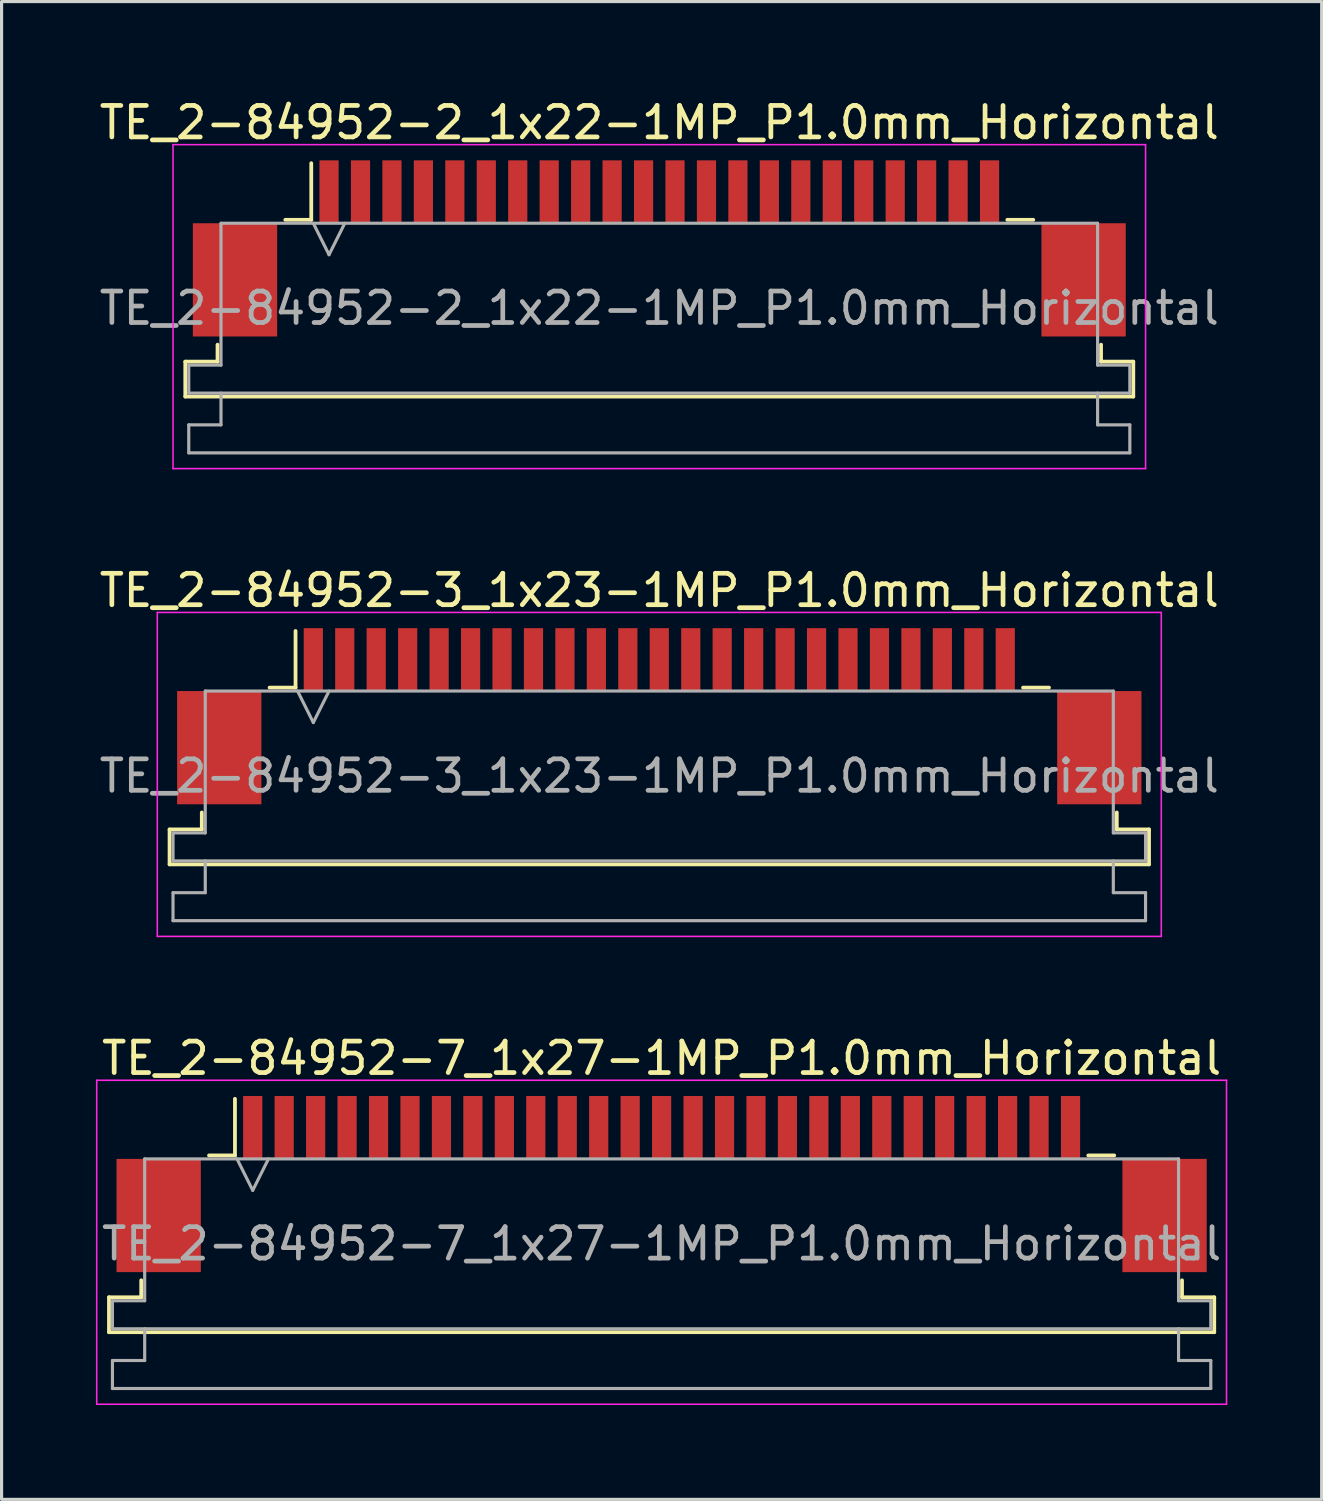
<source format=kicad_pcb>
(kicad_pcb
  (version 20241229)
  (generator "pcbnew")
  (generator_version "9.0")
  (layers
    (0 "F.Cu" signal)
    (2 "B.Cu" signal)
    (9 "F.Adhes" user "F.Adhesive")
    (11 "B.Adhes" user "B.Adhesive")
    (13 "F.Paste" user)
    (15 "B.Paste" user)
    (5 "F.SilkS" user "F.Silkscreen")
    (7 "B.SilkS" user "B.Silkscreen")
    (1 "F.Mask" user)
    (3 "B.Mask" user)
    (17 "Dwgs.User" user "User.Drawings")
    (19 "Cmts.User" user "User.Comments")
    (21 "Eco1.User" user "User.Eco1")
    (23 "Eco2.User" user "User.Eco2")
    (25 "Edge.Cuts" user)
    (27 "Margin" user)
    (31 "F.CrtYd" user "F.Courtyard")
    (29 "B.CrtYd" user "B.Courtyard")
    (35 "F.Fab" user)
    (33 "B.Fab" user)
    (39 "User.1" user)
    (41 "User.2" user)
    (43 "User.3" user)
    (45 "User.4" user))
  (footprint "TE_2-84952-7_1x27-1MP_P1.0mm_Horizontal"
    (layer "F.Cu")
    (at 17.985 34.595)
    (property "Reference" "TE_2-84952-7_1x27-1MP_P1.0mm_Horizontal" (at 0 -4 0) (layer "F.SilkS") (effects (font (size 1 1) (thickness 0.15))))
    (attr smd)
    (fp_line (start -17.57 3.6) (end -16.545 3.6) (stroke (width 0.12) (type solid)) (layer "F.SilkS"))
    (fp_line (start -17.57 4.71) (end -17.57 3.6) (stroke (width 0.12) (type solid)) (layer "F.SilkS"))
    (fp_line (start -16.545 3.6) (end -16.545 3.06) (stroke (width 0.12) (type solid)) (layer "F.SilkS"))
    (fp_line (start -14.39 -0.91) (end -13.565 -0.91) (stroke (width 0.12) (type solid)) (layer "F.SilkS"))
    (fp_line (start -13.565 -0.91) (end -13.565 -2.71) (stroke (width 0.12) (type solid)) (layer "F.SilkS"))
    (fp_line (start 13.565 -0.91) (end 14.39 -0.91) (stroke (width 0.12) (type solid)) (layer "F.SilkS"))
    (fp_line (start 16.545 3.06) (end 16.545 3.6) (stroke (width 0.12) (type solid)) (layer "F.SilkS"))
    (fp_line (start 16.545 3.6) (end 17.57 3.6) (stroke (width 0.12) (type solid)) (layer "F.SilkS"))
    (fp_line (start 17.57 3.6) (end 17.57 4.71) (stroke (width 0.12) (type solid)) (layer "F.SilkS"))
    (fp_line (start 17.57 4.71) (end -17.57 4.71) (stroke (width 0.12) (type solid)) (layer "F.SilkS"))
    (fp_line (start -17.96 -3.3) (end -17.96 7) (stroke (width 0.05) (type solid)) (layer "F.CrtYd"))
    (fp_line (start -17.96 7) (end 17.96 7) (stroke (width 0.05) (type solid)) (layer "F.CrtYd"))
    (fp_line (start 17.96 -3.3) (end -17.96 -3.3) (stroke (width 0.05) (type solid)) (layer "F.CrtYd"))
    (fp_line (start 17.96 7) (end 17.96 -3.3) (stroke (width 0.05) (type solid)) (layer "F.CrtYd"))
    (fp_line (start -17.46 3.71) (end -16.435 3.71) (stroke (width 0.1) (type solid)) (layer "F.Fab"))
    (fp_line (start -17.46 4.6) (end -17.46 3.71) (stroke (width 0.1) (type solid)) (layer "F.Fab"))
    (fp_line (start -17.46 5.61) (end -16.435 5.61) (stroke (width 0.1) (type solid)) (layer "F.Fab"))
    (fp_line (start -17.46 6.5) (end -17.46 5.61) (stroke (width 0.1) (type solid)) (layer "F.Fab"))
    (fp_line (start -16.435 -0.8) (end 16.435 -0.8) (stroke (width 0.1) (type solid)) (layer "F.Fab"))
    (fp_line (start -16.435 3.71) (end -16.435 -0.8) (stroke (width 0.1) (type solid)) (layer "F.Fab"))
    (fp_line (start -16.435 5.61) (end -16.435 4.6) (stroke (width 0.1) (type solid)) (layer "F.Fab"))
    (fp_line (start -13.5 -0.8) (end -13 0.2) (stroke (width 0.1) (type solid)) (layer "F.Fab"))
    (fp_line (start -13 0.2) (end -12.5 -0.8) (stroke (width 0.1) (type solid)) (layer "F.Fab"))
    (fp_line (start 16.435 -0.8) (end 16.435 3.71) (stroke (width 0.1) (type solid)) (layer "F.Fab"))
    (fp_line (start 16.435 3.71) (end 17.46 3.71) (stroke (width 0.1) (type solid)) (layer "F.Fab"))
    (fp_line (start 16.435 4.6) (end 16.435 5.61) (stroke (width 0.1) (type solid)) (layer "F.Fab"))
    (fp_line (start 16.435 5.61) (end 17.46 5.61) (stroke (width 0.1) (type solid)) (layer "F.Fab"))
    (fp_line (start 17.46 3.71) (end 17.46 4.6) (stroke (width 0.1) (type solid)) (layer "F.Fab"))
    (fp_line (start 17.46 4.6) (end -17.46 4.6) (stroke (width 0.1) (type solid)) (layer "F.Fab"))
    (fp_line (start 17.46 5.61) (end 17.46 6.5) (stroke (width 0.1) (type solid)) (layer "F.Fab"))
    (fp_line (start 17.46 6.5) (end -17.46 6.5) (stroke (width 0.1) (type solid)) (layer "F.Fab"))
    (fp_text user "${REFERENCE}" (at 0 1.9 0) (layer "F.Fab") (effects (font (size 1 1) (thickness 0.15))))
    (pad "1" smd rect (at -13 -1.8) (size 0.61 2) (layers "F.Cu" "F.Mask" "F.Paste"))
    (pad "2" smd rect (at -12 -1.8) (size 0.61 2) (layers "F.Cu" "F.Mask" "F.Paste"))
    (pad "3" smd rect (at -11 -1.8) (size 0.61 2) (layers "F.Cu" "F.Mask" "F.Paste"))
    (pad "4" smd rect (at -10 -1.8) (size 0.61 2) (layers "F.Cu" "F.Mask" "F.Paste"))
    (pad "5" smd rect (at -9 -1.8) (size 0.61 2) (layers "F.Cu" "F.Mask" "F.Paste"))
    (pad "6" smd rect (at -8 -1.8) (size 0.61 2) (layers "F.Cu" "F.Mask" "F.Paste"))
    (pad "7" smd rect (at -7 -1.8) (size 0.61 2) (layers "F.Cu" "F.Mask" "F.Paste"))
    (pad "8" smd rect (at -6 -1.8) (size 0.61 2) (layers "F.Cu" "F.Mask" "F.Paste"))
    (pad "9" smd rect (at -5 -1.8) (size 0.61 2) (layers "F.Cu" "F.Mask" "F.Paste"))
    (pad "10" smd rect (at -4 -1.8) (size 0.61 2) (layers "F.Cu" "F.Mask" "F.Paste"))
    (pad "11" smd rect (at -3 -1.8) (size 0.61 2) (layers "F.Cu" "F.Mask" "F.Paste"))
    (pad "12" smd rect (at -2 -1.8) (size 0.61 2) (layers "F.Cu" "F.Mask" "F.Paste"))
    (pad "13" smd rect (at -1 -1.8) (size 0.61 2) (layers "F.Cu" "F.Mask" "F.Paste"))
    (pad "14" smd rect (at 0 -1.8) (size 0.61 2) (layers "F.Cu" "F.Mask" "F.Paste"))
    (pad "15" smd rect (at 1 -1.8) (size 0.61 2) (layers "F.Cu" "F.Mask" "F.Paste"))
    (pad "16" smd rect (at 2 -1.8) (size 0.61 2) (layers "F.Cu" "F.Mask" "F.Paste"))
    (pad "17" smd rect (at 3 -1.8) (size 0.61 2) (layers "F.Cu" "F.Mask" "F.Paste"))
    (pad "18" smd rect (at 4 -1.8) (size 0.61 2) (layers "F.Cu" "F.Mask" "F.Paste"))
    (pad "19" smd rect (at 5 -1.8) (size 0.61 2) (layers "F.Cu" "F.Mask" "F.Paste"))
    (pad "20" smd rect (at 6 -1.8) (size 0.61 2) (layers "F.Cu" "F.Mask" "F.Paste"))
    (pad "21" smd rect (at 7 -1.8) (size 0.61 2) (layers "F.Cu" "F.Mask" "F.Paste"))
    (pad "22" smd rect (at 8 -1.8) (size 0.61 2) (layers "F.Cu" "F.Mask" "F.Paste"))
    (pad "23" smd rect (at 9 -1.8) (size 0.61 2) (layers "F.Cu" "F.Mask" "F.Paste"))
    (pad "24" smd rect (at 10 -1.8) (size 0.61 2) (layers "F.Cu" "F.Mask" "F.Paste"))
    (pad "25" smd rect (at 11 -1.8) (size 0.61 2) (layers "F.Cu" "F.Mask" "F.Paste"))
    (pad "26" smd rect (at 12 -1.8) (size 0.61 2) (layers "F.Cu" "F.Mask" "F.Paste"))
    (pad "27" smd rect (at 13 -1.8) (size 0.61 2) (layers "F.Cu" "F.Mask" "F.Paste"))
    (pad "MP" smd rect (at -15.99 1) (size 2.68 3.6) (layers "F.Cu" "F.Mask" "F.Paste"))
    (pad "MP" smd rect (at 15.99 1) (size 2.68 3.6) (layers "F.Cu" "F.Mask" "F.Paste")))
  (footprint "TE_2-84952-2_1x22-1MP_P1.0mm_Horizontal"
    (layer "F.Cu")
    (at 17.911 4.848)
    (property "Reference" "TE_2-84952-2_1x22-1MP_P1.0mm_Horizontal" (at 0 -4 0) (layer "F.SilkS") (effects (font (size 1 1) (thickness 0.15))))
    (attr smd)
    (fp_line (start -15.07 3.6) (end -14.045 3.6) (stroke (width 0.12) (type solid)) (layer "F.SilkS"))
    (fp_line (start -15.07 4.71) (end -15.07 3.6) (stroke (width 0.12) (type solid)) (layer "F.SilkS"))
    (fp_line (start -14.045 3.6) (end -14.045 3.06) (stroke (width 0.12) (type solid)) (layer "F.SilkS"))
    (fp_line (start -11.89 -0.91) (end -11.065 -0.91) (stroke (width 0.12) (type solid)) (layer "F.SilkS"))
    (fp_line (start -11.065 -0.91) (end -11.065 -2.71) (stroke (width 0.12) (type solid)) (layer "F.SilkS"))
    (fp_line (start 11.065 -0.91) (end 11.89 -0.91) (stroke (width 0.12) (type solid)) (layer "F.SilkS"))
    (fp_line (start 14.045 3.06) (end 14.045 3.6) (stroke (width 0.12) (type solid)) (layer "F.SilkS"))
    (fp_line (start 14.045 3.6) (end 15.07 3.6) (stroke (width 0.12) (type solid)) (layer "F.SilkS"))
    (fp_line (start 15.07 3.6) (end 15.07 4.71) (stroke (width 0.12) (type solid)) (layer "F.SilkS"))
    (fp_line (start 15.07 4.71) (end -15.07 4.71) (stroke (width 0.12) (type solid)) (layer "F.SilkS"))
    (fp_line (start -15.46 -3.3) (end -15.46 7) (stroke (width 0.05) (type solid)) (layer "F.CrtYd"))
    (fp_line (start -15.46 7) (end 15.46 7) (stroke (width 0.05) (type solid)) (layer "F.CrtYd"))
    (fp_line (start 15.46 -3.3) (end -15.46 -3.3) (stroke (width 0.05) (type solid)) (layer "F.CrtYd"))
    (fp_line (start 15.46 7) (end 15.46 -3.3) (stroke (width 0.05) (type solid)) (layer "F.CrtYd"))
    (fp_line (start -14.96 3.71) (end -13.935 3.71) (stroke (width 0.1) (type solid)) (layer "F.Fab"))
    (fp_line (start -14.96 4.6) (end -14.96 3.71) (stroke (width 0.1) (type solid)) (layer "F.Fab"))
    (fp_line (start -14.96 5.61) (end -13.935 5.61) (stroke (width 0.1) (type solid)) (layer "F.Fab"))
    (fp_line (start -14.96 6.5) (end -14.96 5.61) (stroke (width 0.1) (type solid)) (layer "F.Fab"))
    (fp_line (start -13.935 -0.8) (end 13.935 -0.8) (stroke (width 0.1) (type solid)) (layer "F.Fab"))
    (fp_line (start -13.935 3.71) (end -13.935 -0.8) (stroke (width 0.1) (type solid)) (layer "F.Fab"))
    (fp_line (start -13.935 5.61) (end -13.935 4.6) (stroke (width 0.1) (type solid)) (layer "F.Fab"))
    (fp_line (start -11 -0.8) (end -10.5 0.2) (stroke (width 0.1) (type solid)) (layer "F.Fab"))
    (fp_line (start -10.5 0.2) (end -10 -0.8) (stroke (width 0.1) (type solid)) (layer "F.Fab"))
    (fp_line (start 13.935 -0.8) (end 13.935 3.71) (stroke (width 0.1) (type solid)) (layer "F.Fab"))
    (fp_line (start 13.935 3.71) (end 14.96 3.71) (stroke (width 0.1) (type solid)) (layer "F.Fab"))
    (fp_line (start 13.935 4.6) (end 13.935 5.61) (stroke (width 0.1) (type solid)) (layer "F.Fab"))
    (fp_line (start 13.935 5.61) (end 14.96 5.61) (stroke (width 0.1) (type solid)) (layer "F.Fab"))
    (fp_line (start 14.96 3.71) (end 14.96 4.6) (stroke (width 0.1) (type solid)) (layer "F.Fab"))
    (fp_line (start 14.96 4.6) (end -14.96 4.6) (stroke (width 0.1) (type solid)) (layer "F.Fab"))
    (fp_line (start 14.96 5.61) (end 14.96 6.5) (stroke (width 0.1) (type solid)) (layer "F.Fab"))
    (fp_line (start 14.96 6.5) (end -14.96 6.5) (stroke (width 0.1) (type solid)) (layer "F.Fab"))
    (fp_text user "${REFERENCE}" (at 0 1.9 0) (layer "F.Fab") (effects (font (size 1 1) (thickness 0.15))))
    (pad "1" smd rect (at -10.5 -1.8) (size 0.61 2) (layers "F.Cu" "F.Mask" "F.Paste"))
    (pad "2" smd rect (at -9.5 -1.8) (size 0.61 2) (layers "F.Cu" "F.Mask" "F.Paste"))
    (pad "3" smd rect (at -8.5 -1.8) (size 0.61 2) (layers "F.Cu" "F.Mask" "F.Paste"))
    (pad "4" smd rect (at -7.5 -1.8) (size 0.61 2) (layers "F.Cu" "F.Mask" "F.Paste"))
    (pad "5" smd rect (at -6.5 -1.8) (size 0.61 2) (layers "F.Cu" "F.Mask" "F.Paste"))
    (pad "6" smd rect (at -5.5 -1.8) (size 0.61 2) (layers "F.Cu" "F.Mask" "F.Paste"))
    (pad "7" smd rect (at -4.5 -1.8) (size 0.61 2) (layers "F.Cu" "F.Mask" "F.Paste"))
    (pad "8" smd rect (at -3.5 -1.8) (size 0.61 2) (layers "F.Cu" "F.Mask" "F.Paste"))
    (pad "9" smd rect (at -2.5 -1.8) (size 0.61 2) (layers "F.Cu" "F.Mask" "F.Paste"))
    (pad "10" smd rect (at -1.5 -1.8) (size 0.61 2) (layers "F.Cu" "F.Mask" "F.Paste"))
    (pad "11" smd rect (at -0.5 -1.8) (size 0.61 2) (layers "F.Cu" "F.Mask" "F.Paste"))
    (pad "12" smd rect (at 0.5 -1.8) (size 0.61 2) (layers "F.Cu" "F.Mask" "F.Paste"))
    (pad "13" smd rect (at 1.5 -1.8) (size 0.61 2) (layers "F.Cu" "F.Mask" "F.Paste"))
    (pad "14" smd rect (at 2.5 -1.8) (size 0.61 2) (layers "F.Cu" "F.Mask" "F.Paste"))
    (pad "15" smd rect (at 3.5 -1.8) (size 0.61 2) (layers "F.Cu" "F.Mask" "F.Paste"))
    (pad "16" smd rect (at 4.5 -1.8) (size 0.61 2) (layers "F.Cu" "F.Mask" "F.Paste"))
    (pad "17" smd rect (at 5.5 -1.8) (size 0.61 2) (layers "F.Cu" "F.Mask" "F.Paste"))
    (pad "18" smd rect (at 6.5 -1.8) (size 0.61 2) (layers "F.Cu" "F.Mask" "F.Paste"))
    (pad "19" smd rect (at 7.5 -1.8) (size 0.61 2) (layers "F.Cu" "F.Mask" "F.Paste"))
    (pad "20" smd rect (at 8.5 -1.8) (size 0.61 2) (layers "F.Cu" "F.Mask" "F.Paste"))
    (pad "21" smd rect (at 9.5 -1.8) (size 0.61 2) (layers "F.Cu" "F.Mask" "F.Paste"))
    (pad "22" smd rect (at 10.5 -1.8) (size 0.61 2) (layers "F.Cu" "F.Mask" "F.Paste"))
    (pad "MP" smd rect (at -13.49 1) (size 2.68 3.6) (layers "F.Cu" "F.Mask" "F.Paste"))
    (pad "MP" smd rect (at 13.49 1) (size 2.68 3.6) (layers "F.Cu" "F.Mask" "F.Paste")))
  (footprint "TE_2-84952-3_1x23-1MP_P1.0mm_Horizontal"
    (layer "F.Cu")
    (at 17.911 19.721)
    (property "Reference" "TE_2-84952-3_1x23-1MP_P1.0mm_Horizontal" (at 0 -4 0) (layer "F.SilkS") (effects (font (size 1 1) (thickness 0.15))))
    (attr smd)
    (fp_line (start -15.57 3.6) (end -14.545 3.6) (stroke (width 0.12) (type solid)) (layer "F.SilkS"))
    (fp_line (start -15.57 4.71) (end -15.57 3.6) (stroke (width 0.12) (type solid)) (layer "F.SilkS"))
    (fp_line (start -14.545 3.6) (end -14.545 3.06) (stroke (width 0.12) (type solid)) (layer "F.SilkS"))
    (fp_line (start -12.39 -0.91) (end -11.565 -0.91) (stroke (width 0.12) (type solid)) (layer "F.SilkS"))
    (fp_line (start -11.565 -0.91) (end -11.565 -2.71) (stroke (width 0.12) (type solid)) (layer "F.SilkS"))
    (fp_line (start 11.565 -0.91) (end 12.39 -0.91) (stroke (width 0.12) (type solid)) (layer "F.SilkS"))
    (fp_line (start 14.545 3.06) (end 14.545 3.6) (stroke (width 0.12) (type solid)) (layer "F.SilkS"))
    (fp_line (start 14.545 3.6) (end 15.57 3.6) (stroke (width 0.12) (type solid)) (layer "F.SilkS"))
    (fp_line (start 15.57 3.6) (end 15.57 4.71) (stroke (width 0.12) (type solid)) (layer "F.SilkS"))
    (fp_line (start 15.57 4.71) (end -15.57 4.71) (stroke (width 0.12) (type solid)) (layer "F.SilkS"))
    (fp_line (start -15.96 -3.3) (end -15.96 7) (stroke (width 0.05) (type solid)) (layer "F.CrtYd"))
    (fp_line (start -15.96 7) (end 15.96 7) (stroke (width 0.05) (type solid)) (layer "F.CrtYd"))
    (fp_line (start 15.96 -3.3) (end -15.96 -3.3) (stroke (width 0.05) (type solid)) (layer "F.CrtYd"))
    (fp_line (start 15.96 7) (end 15.96 -3.3) (stroke (width 0.05) (type solid)) (layer "F.CrtYd"))
    (fp_line (start -15.46 3.71) (end -14.435 3.71) (stroke (width 0.1) (type solid)) (layer "F.Fab"))
    (fp_line (start -15.46 4.6) (end -15.46 3.71) (stroke (width 0.1) (type solid)) (layer "F.Fab"))
    (fp_line (start -15.46 5.61) (end -14.435 5.61) (stroke (width 0.1) (type solid)) (layer "F.Fab"))
    (fp_line (start -15.46 6.5) (end -15.46 5.61) (stroke (width 0.1) (type solid)) (layer "F.Fab"))
    (fp_line (start -14.435 -0.8) (end 14.435 -0.8) (stroke (width 0.1) (type solid)) (layer "F.Fab"))
    (fp_line (start -14.435 3.71) (end -14.435 -0.8) (stroke (width 0.1) (type solid)) (layer "F.Fab"))
    (fp_line (start -14.435 5.61) (end -14.435 4.6) (stroke (width 0.1) (type solid)) (layer "F.Fab"))
    (fp_line (start -11.5 -0.8) (end -11 0.2) (stroke (width 0.1) (type solid)) (layer "F.Fab"))
    (fp_line (start -11 0.2) (end -10.5 -0.8) (stroke (width 0.1) (type solid)) (layer "F.Fab"))
    (fp_line (start 14.435 -0.8) (end 14.435 3.71) (stroke (width 0.1) (type solid)) (layer "F.Fab"))
    (fp_line (start 14.435 3.71) (end 15.46 3.71) (stroke (width 0.1) (type solid)) (layer "F.Fab"))
    (fp_line (start 14.435 4.6) (end 14.435 5.61) (stroke (width 0.1) (type solid)) (layer "F.Fab"))
    (fp_line (start 14.435 5.61) (end 15.46 5.61) (stroke (width 0.1) (type solid)) (layer "F.Fab"))
    (fp_line (start 15.46 3.71) (end 15.46 4.6) (stroke (width 0.1) (type solid)) (layer "F.Fab"))
    (fp_line (start 15.46 4.6) (end -15.46 4.6) (stroke (width 0.1) (type solid)) (layer "F.Fab"))
    (fp_line (start 15.46 5.61) (end 15.46 6.5) (stroke (width 0.1) (type solid)) (layer "F.Fab"))
    (fp_line (start 15.46 6.5) (end -15.46 6.5) (stroke (width 0.1) (type solid)) (layer "F.Fab"))
    (fp_text user "${REFERENCE}" (at 0 1.9 0) (layer "F.Fab") (effects (font (size 1 1) (thickness 0.15))))
    (pad "1" smd rect (at -11 -1.8) (size 0.61 2) (layers "F.Cu" "F.Mask" "F.Paste"))
    (pad "2" smd rect (at -10 -1.8) (size 0.61 2) (layers "F.Cu" "F.Mask" "F.Paste"))
    (pad "3" smd rect (at -9 -1.8) (size 0.61 2) (layers "F.Cu" "F.Mask" "F.Paste"))
    (pad "4" smd rect (at -8 -1.8) (size 0.61 2) (layers "F.Cu" "F.Mask" "F.Paste"))
    (pad "5" smd rect (at -7 -1.8) (size 0.61 2) (layers "F.Cu" "F.Mask" "F.Paste"))
    (pad "6" smd rect (at -6 -1.8) (size 0.61 2) (layers "F.Cu" "F.Mask" "F.Paste"))
    (pad "7" smd rect (at -5 -1.8) (size 0.61 2) (layers "F.Cu" "F.Mask" "F.Paste"))
    (pad "8" smd rect (at -4 -1.8) (size 0.61 2) (layers "F.Cu" "F.Mask" "F.Paste"))
    (pad "9" smd rect (at -3 -1.8) (size 0.61 2) (layers "F.Cu" "F.Mask" "F.Paste"))
    (pad "10" smd rect (at -2 -1.8) (size 0.61 2) (layers "F.Cu" "F.Mask" "F.Paste"))
    (pad "11" smd rect (at -1 -1.8) (size 0.61 2) (layers "F.Cu" "F.Mask" "F.Paste"))
    (pad "12" smd rect (at 0 -1.8) (size 0.61 2) (layers "F.Cu" "F.Mask" "F.Paste"))
    (pad "13" smd rect (at 1 -1.8) (size 0.61 2) (layers "F.Cu" "F.Mask" "F.Paste"))
    (pad "14" smd rect (at 2 -1.8) (size 0.61 2) (layers "F.Cu" "F.Mask" "F.Paste"))
    (pad "15" smd rect (at 3 -1.8) (size 0.61 2) (layers "F.Cu" "F.Mask" "F.Paste"))
    (pad "16" smd rect (at 4 -1.8) (size 0.61 2) (layers "F.Cu" "F.Mask" "F.Paste"))
    (pad "17" smd rect (at 5 -1.8) (size 0.61 2) (layers "F.Cu" "F.Mask" "F.Paste"))
    (pad "18" smd rect (at 6 -1.8) (size 0.61 2) (layers "F.Cu" "F.Mask" "F.Paste"))
    (pad "19" smd rect (at 7 -1.8) (size 0.61 2) (layers "F.Cu" "F.Mask" "F.Paste"))
    (pad "20" smd rect (at 8 -1.8) (size 0.61 2) (layers "F.Cu" "F.Mask" "F.Paste"))
    (pad "21" smd rect (at 9 -1.8) (size 0.61 2) (layers "F.Cu" "F.Mask" "F.Paste"))
    (pad "22" smd rect (at 10 -1.8) (size 0.61 2) (layers "F.Cu" "F.Mask" "F.Paste"))
    (pad "23" smd rect (at 11 -1.8) (size 0.61 2) (layers "F.Cu" "F.Mask" "F.Paste"))
    (pad "MP" smd rect (at -13.99 1) (size 2.68 3.6) (layers "F.Cu" "F.Mask" "F.Paste"))
    (pad "MP" smd rect (at 13.99 1) (size 2.68 3.6) (layers "F.Cu" "F.Mask" "F.Paste")))
  (gr_rect
    (start -3 -3)
    (end 38.97 44.62)
    (stroke (width 0.1) (type default))
    (fill no)
    (layer "Edge.Cuts")))
</source>
